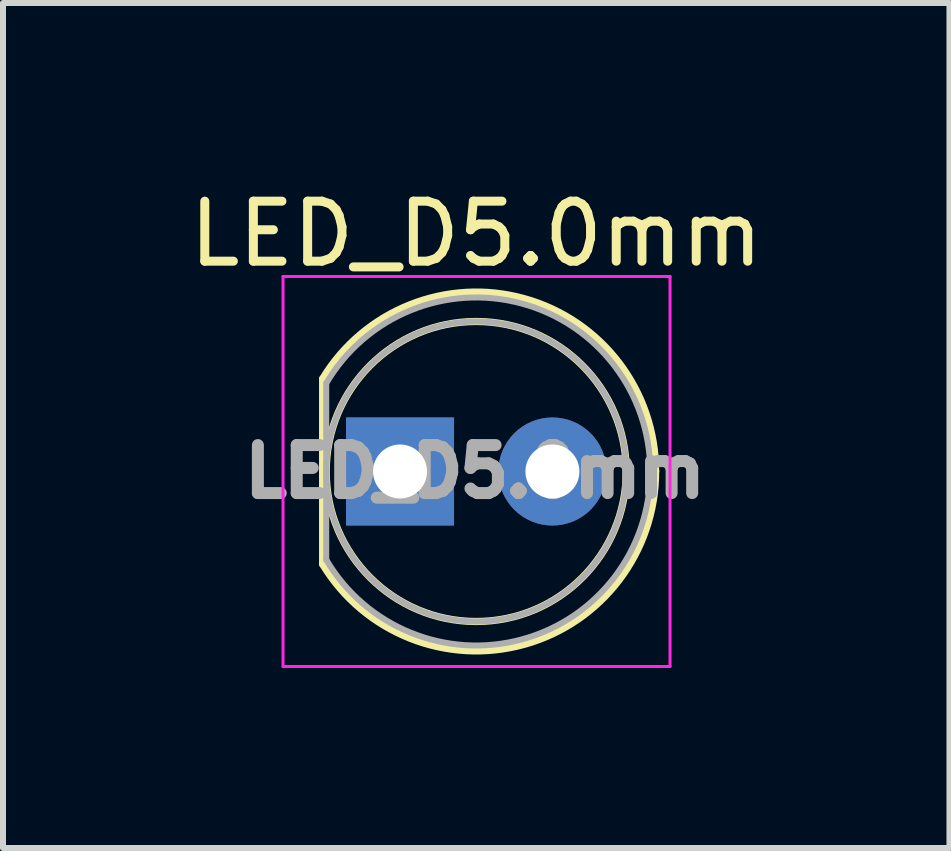
<source format=kicad_pcb>
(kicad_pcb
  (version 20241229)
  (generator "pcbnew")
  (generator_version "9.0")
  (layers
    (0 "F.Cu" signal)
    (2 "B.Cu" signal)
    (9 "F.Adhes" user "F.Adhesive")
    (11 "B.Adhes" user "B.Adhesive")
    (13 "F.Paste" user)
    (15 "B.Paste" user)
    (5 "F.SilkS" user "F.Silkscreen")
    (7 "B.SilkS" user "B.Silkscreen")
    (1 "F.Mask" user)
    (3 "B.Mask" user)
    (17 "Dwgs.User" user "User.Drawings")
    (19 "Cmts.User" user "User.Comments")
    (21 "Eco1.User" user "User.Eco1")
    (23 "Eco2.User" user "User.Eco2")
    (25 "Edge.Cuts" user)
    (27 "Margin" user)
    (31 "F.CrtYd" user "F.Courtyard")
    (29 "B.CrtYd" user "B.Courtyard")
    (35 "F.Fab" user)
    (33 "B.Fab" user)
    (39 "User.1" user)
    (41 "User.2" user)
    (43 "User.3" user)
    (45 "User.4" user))
  (footprint "LED_D5.0mm"
    (layer "F.Cu")
    (at 3.617 4.808)
    (property "Reference" "LED_D5.0mm" (at 1.27 -3.96 0) (layer "F.SilkS") (effects (font (size 1 1) (thickness 0.15))))
    (attr through_hole)
    (fp_line (start -1.29 -1.545) (end -1.29 1.545) (stroke (width 0.12) (type solid)) (layer "F.SilkS"))
    (fp_arc (start -1.29 -1.54483) (mid 2.072002 -2.880433) (end 4.26 0.000462) (stroke (width 0.12) (type solid)) (layer "F.SilkS"))
    (fp_arc (start 4.26 -0.000462) (mid 2.072002 2.880433) (end -1.29 1.54483) (stroke (width 0.12) (type solid)) (layer "F.SilkS"))
    (fp_circle (center 1.27 0) (end 3.77 0) (stroke (width 0.12) (type solid)) (fill no) (layer "F.SilkS"))
    (fp_line (start -1.95 -3.25) (end -1.95 3.25) (stroke (width 0.05) (type solid)) (layer "F.CrtYd"))
    (fp_line (start -1.95 3.25) (end 4.5 3.25) (stroke (width 0.05) (type solid)) (layer "F.CrtYd"))
    (fp_line (start 4.5 -3.25) (end -1.95 -3.25) (stroke (width 0.05) (type solid)) (layer "F.CrtYd"))
    (fp_line (start 4.5 3.25) (end 4.5 -3.25) (stroke (width 0.05) (type solid)) (layer "F.CrtYd"))
    (fp_line (start -1.23 -1.47) (end -1.23 1.47) (stroke (width 0.1) (type solid)) (layer "F.Fab"))
    (fp_arc (start -1.23 -1.469694) (mid 4.17 0.000016) (end -1.230016 1.469666) (stroke (width 0.1) (type solid)) (layer "F.Fab"))
    (fp_circle (center 1.27 0) (end 3.77 0) (stroke (width 0.1) (type solid)) (fill no) (layer "F.Fab"))
    (fp_text user "${REFERENCE}" (at 1.25 0 0) (layer "F.Fab") (effects (font (size 0.8 0.8) (thickness 0.2))))
    (pad "1" thru_hole rect (at 0 0) (size 1.8 1.8) (drill 0.9) (layers "*.Cu" "*.Mask"))
    (pad "2" thru_hole circle (at 2.54 0) (size 1.8 1.8) (drill 0.9) (layers "*.Cu" "*.Mask")))
  (gr_rect
    (start -3 -3)
    (end 12.774 11.083)
    (stroke (width 0.1) (type default))
    (fill no)
    (layer "Edge.Cuts")))
</source>
